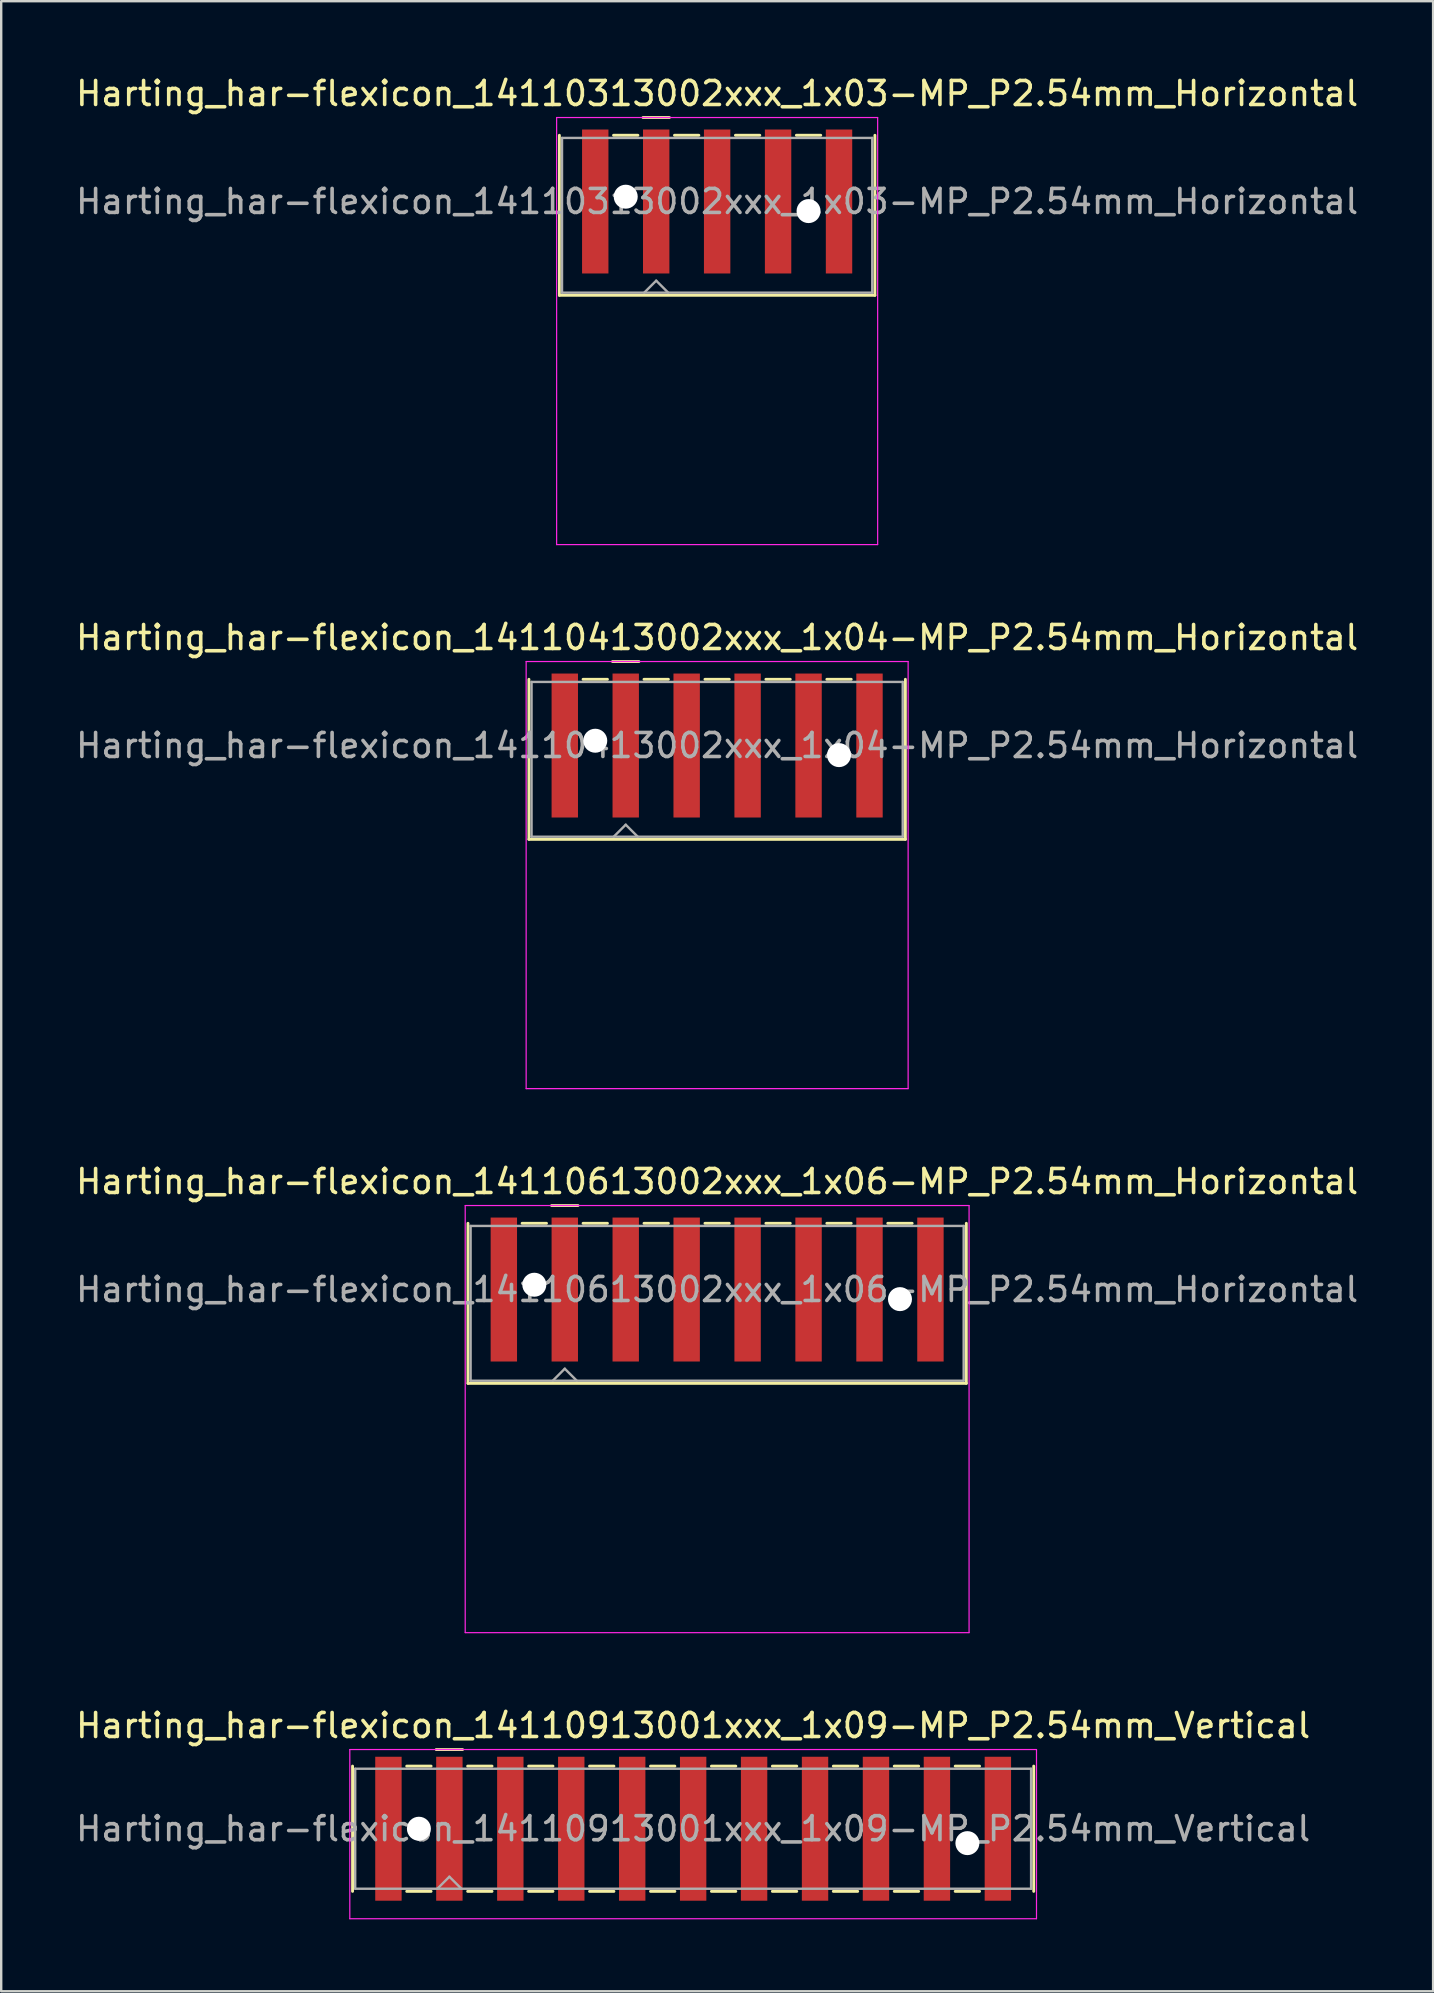
<source format=kicad_pcb>
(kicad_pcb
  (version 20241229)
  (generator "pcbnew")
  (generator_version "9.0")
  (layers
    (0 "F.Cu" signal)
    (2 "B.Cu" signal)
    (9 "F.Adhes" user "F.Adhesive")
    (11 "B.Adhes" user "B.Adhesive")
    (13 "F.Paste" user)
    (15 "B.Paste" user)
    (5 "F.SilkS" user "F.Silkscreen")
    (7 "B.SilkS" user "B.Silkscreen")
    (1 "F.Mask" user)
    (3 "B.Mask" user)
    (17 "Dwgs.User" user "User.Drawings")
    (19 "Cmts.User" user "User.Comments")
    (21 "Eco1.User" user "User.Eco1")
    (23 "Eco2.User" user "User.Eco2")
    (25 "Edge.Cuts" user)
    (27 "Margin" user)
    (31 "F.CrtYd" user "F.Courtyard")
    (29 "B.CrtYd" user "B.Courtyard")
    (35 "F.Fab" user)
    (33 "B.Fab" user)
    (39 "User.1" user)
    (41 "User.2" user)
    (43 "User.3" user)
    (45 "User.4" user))
  (footprint "Harting_har-flexicon_14110913001xxx_1x09-MP_P2.54mm_Vertical"
    (layer "F.Cu")
    (at 25.839 73.168)
    (property "Reference" "Harting_har-flexicon_14110913001xxx_1x09-MP_P2.54mm_Vertical" (at 0 -4.3 0) (layer "F.SilkS") (effects (font (size 1 1) (thickness 0.15))))
    (attr smd)
    (fp_line (start -14.195 -2.61) (end -14.195 2.61) (stroke (width 0.12) (type solid)) (layer "F.SilkS"))
    (fp_line (start -11.938 -2.61) (end -10.922 -2.61) (stroke (width 0.12) (type solid)) (layer "F.SilkS"))
    (fp_line (start -11.938 2.61) (end -10.922 2.61) (stroke (width 0.12) (type solid)) (layer "F.SilkS"))
    (fp_line (start -10.71 -3.3) (end -9.61 -3.3) (stroke (width 0.12) (type solid)) (layer "F.SilkS"))
    (fp_line (start -9.398 -2.61) (end -8.382 -2.61) (stroke (width 0.12) (type solid)) (layer "F.SilkS"))
    (fp_line (start -9.398 2.61) (end -8.382 2.61) (stroke (width 0.12) (type solid)) (layer "F.SilkS"))
    (fp_line (start -6.858 -2.61) (end -5.842 -2.61) (stroke (width 0.12) (type solid)) (layer "F.SilkS"))
    (fp_line (start -6.858 2.61) (end -5.842 2.61) (stroke (width 0.12) (type solid)) (layer "F.SilkS"))
    (fp_line (start -4.318 -2.61) (end -3.302 -2.61) (stroke (width 0.12) (type solid)) (layer "F.SilkS"))
    (fp_line (start -4.318 2.61) (end -3.302 2.61) (stroke (width 0.12) (type solid)) (layer "F.SilkS"))
    (fp_line (start -1.778 -2.61) (end -0.762 -2.61) (stroke (width 0.12) (type solid)) (layer "F.SilkS"))
    (fp_line (start -1.778 2.61) (end -0.762 2.61) (stroke (width 0.12) (type solid)) (layer "F.SilkS"))
    (fp_line (start 0.762 -2.61) (end 1.778 -2.61) (stroke (width 0.12) (type solid)) (layer "F.SilkS"))
    (fp_line (start 0.762 2.61) (end 1.778 2.61) (stroke (width 0.12) (type solid)) (layer "F.SilkS"))
    (fp_line (start 3.302 -2.61) (end 4.318 -2.61) (stroke (width 0.12) (type solid)) (layer "F.SilkS"))
    (fp_line (start 3.302 2.61) (end 4.318 2.61) (stroke (width 0.12) (type solid)) (layer "F.SilkS"))
    (fp_line (start 5.842 -2.61) (end 6.858 -2.61) (stroke (width 0.12) (type solid)) (layer "F.SilkS"))
    (fp_line (start 5.842 2.61) (end 6.858 2.61) (stroke (width 0.12) (type solid)) (layer "F.SilkS"))
    (fp_line (start 8.382 -2.61) (end 9.398 -2.61) (stroke (width 0.12) (type solid)) (layer "F.SilkS"))
    (fp_line (start 8.382 2.61) (end 9.398 2.61) (stroke (width 0.12) (type solid)) (layer "F.SilkS"))
    (fp_line (start 10.922 -2.61) (end 11.938 -2.61) (stroke (width 0.12) (type solid)) (layer "F.SilkS"))
    (fp_line (start 10.922 2.61) (end 11.938 2.61) (stroke (width 0.12) (type solid)) (layer "F.SilkS"))
    (fp_line (start 14.195 -2.61) (end 14.195 2.61) (stroke (width 0.12) (type solid)) (layer "F.SilkS"))
    (fp_line (start -14.31 -3.3) (end -14.31 3.75) (stroke (width 0.05) (type solid)) (layer "F.CrtYd"))
    (fp_line (start -14.31 3.75) (end 14.31 3.75) (stroke (width 0.05) (type solid)) (layer "F.CrtYd"))
    (fp_line (start 14.31 -3.3) (end -14.31 -3.3) (stroke (width 0.05) (type solid)) (layer "F.CrtYd"))
    (fp_line (start 14.31 3.75) (end 14.31 -3.3) (stroke (width 0.05) (type solid)) (layer "F.CrtYd"))
    (fp_line (start -14.085 -2.5) (end -14.085 2.5) (stroke (width 0.1) (type solid)) (layer "F.Fab"))
    (fp_line (start -14.085 2.5) (end 14.085 2.5) (stroke (width 0.1) (type solid)) (layer "F.Fab"))
    (fp_line (start -10.66 2.5) (end -10.16 2) (stroke (width 0.1) (type solid)) (layer "F.Fab"))
    (fp_line (start -10.16 2) (end -9.66 2.5) (stroke (width 0.1) (type solid)) (layer "F.Fab"))
    (fp_line (start 14.085 -2.5) (end -14.085 -2.5) (stroke (width 0.1) (type solid)) (layer "F.Fab"))
    (fp_line (start 14.085 2.5) (end 14.085 -2.5) (stroke (width 0.1) (type solid)) (layer "F.Fab"))
    (fp_text user "${REFERENCE}" (at 0 0 0) (layer "F.Fab") (effects (font (size 1 1) (thickness 0.15))))
    (pad "" np_thru_hole circle (at -11.43 0) (size 1 1) (drill 1) (layers "*.Cu" "*.Mask"))
    (pad "" np_thru_hole circle (at 11.43 0.6) (size 1 1) (drill 1) (layers "*.Cu" "*.Mask"))
    (pad "1" smd rect (at -10.16 0) (size 1.1 6) (layers "F.Cu" "F.Mask" "F.Paste"))
    (pad "2" smd rect (at -7.62 0) (size 1.1 6) (layers "F.Cu" "F.Mask" "F.Paste"))
    (pad "3" smd rect (at -5.08 0) (size 1.1 6) (layers "F.Cu" "F.Mask" "F.Paste"))
    (pad "4" smd rect (at -2.54 0) (size 1.1 6) (layers "F.Cu" "F.Mask" "F.Paste"))
    (pad "5" smd rect (at 0 0) (size 1.1 6) (layers "F.Cu" "F.Mask" "F.Paste"))
    (pad "6" smd rect (at 2.54 0) (size 1.1 6) (layers "F.Cu" "F.Mask" "F.Paste"))
    (pad "7" smd rect (at 5.08 0) (size 1.1 6) (layers "F.Cu" "F.Mask" "F.Paste"))
    (pad "8" smd rect (at 7.62 0) (size 1.1 6) (layers "F.Cu" "F.Mask" "F.Paste"))
    (pad "9" smd rect (at 10.16 0) (size 1.1 6) (layers "F.Cu" "F.Mask" "F.Paste"))
    (pad "MP" smd rect (at -12.7 0) (size 1.1 6) (layers "F.Cu" "F.Mask" "F.Paste"))
    (pad "MP" smd rect (at 12.7 0) (size 1.1 6) (layers "F.Cu" "F.Mask" "F.Paste")))
  (footprint "Harting_har-flexicon_14110613002xxx_1x06-MP_P2.54mm_Horizontal"
    (layer "F.Cu")
    (at 26.839 51.995)
    (property "Reference" "Harting_har-flexicon_14110613002xxx_1x06-MP_P2.54mm_Horizontal" (at 0 -5.8 0) (layer "F.SilkS") (effects (font (size 1 1) (thickness 0.15))))
    (attr smd)
    (fp_line (start -10.385 -4.06) (end -10.385 2.61) (stroke (width 0.12) (type solid)) (layer "F.SilkS"))
    (fp_line (start -8.128 -4.06) (end -7.112 -4.06) (stroke (width 0.12) (type solid)) (layer "F.SilkS"))
    (fp_line (start -6.9 -4.8) (end -5.8 -4.8) (stroke (width 0.12) (type solid)) (layer "F.SilkS"))
    (fp_line (start -5.588 -4.06) (end -4.572 -4.06) (stroke (width 0.12) (type solid)) (layer "F.SilkS"))
    (fp_line (start -3.048 -4.06) (end -2.032 -4.06) (stroke (width 0.12) (type solid)) (layer "F.SilkS"))
    (fp_line (start -0.508 -4.06) (end 0.508 -4.06) (stroke (width 0.12) (type solid)) (layer "F.SilkS"))
    (fp_line (start 2.032 -4.06) (end 3.048 -4.06) (stroke (width 0.12) (type solid)) (layer "F.SilkS"))
    (fp_line (start 4.572 -4.06) (end 5.588 -4.06) (stroke (width 0.12) (type solid)) (layer "F.SilkS"))
    (fp_line (start 7.112 -4.06) (end 8.128 -4.06) (stroke (width 0.12) (type solid)) (layer "F.SilkS"))
    (fp_line (start 10.385 -4.06) (end 10.385 2.61) (stroke (width 0.12) (type solid)) (layer "F.SilkS"))
    (fp_line (start 10.385 2.61) (end -10.385 2.61) (stroke (width 0.12) (type solid)) (layer "F.SilkS"))
    (fp_line (start -10.5 -4.8) (end -10.5 13) (stroke (width 0.05) (type solid)) (layer "F.CrtYd"))
    (fp_line (start -10.5 13) (end 10.5 13) (stroke (width 0.05) (type solid)) (layer "F.CrtYd"))
    (fp_line (start 10.5 -4.8) (end -10.5 -4.8) (stroke (width 0.05) (type solid)) (layer "F.CrtYd"))
    (fp_line (start 10.5 13) (end 10.5 -4.8) (stroke (width 0.05) (type solid)) (layer "F.CrtYd"))
    (fp_line (start -10.275 -3.95) (end -10.275 2.5) (stroke (width 0.1) (type solid)) (layer "F.Fab"))
    (fp_line (start -10.275 2.5) (end 10.275 2.5) (stroke (width 0.1) (type solid)) (layer "F.Fab"))
    (fp_line (start -6.85 2.5) (end -6.35 2) (stroke (width 0.1) (type solid)) (layer "F.Fab"))
    (fp_line (start -6.35 2) (end -5.85 2.5) (stroke (width 0.1) (type solid)) (layer "F.Fab"))
    (fp_line (start 10.275 -3.95) (end -10.275 -3.95) (stroke (width 0.1) (type solid)) (layer "F.Fab"))
    (fp_line (start 10.275 2.5) (end 10.275 -3.95) (stroke (width 0.1) (type solid)) (layer "F.Fab"))
    (fp_text user "${REFERENCE}" (at 0 -1.3 0) (layer "F.Fab") (effects (font (size 1 1) (thickness 0.15))))
    (pad "" np_thru_hole circle (at -7.62 -1.5) (size 1 1) (drill 1) (layers "*.Cu" "*.Mask"))
    (pad "" np_thru_hole circle (at 7.62 -0.9) (size 1 1) (drill 1) (layers "*.Cu" "*.Mask"))
    (pad "1" smd rect (at -6.35 -1.3) (size 1.1 6) (layers "F.Cu" "F.Mask" "F.Paste"))
    (pad "2" smd rect (at -3.81 -1.3) (size 1.1 6) (layers "F.Cu" "F.Mask" "F.Paste"))
    (pad "3" smd rect (at -1.27 -1.3) (size 1.1 6) (layers "F.Cu" "F.Mask" "F.Paste"))
    (pad "4" smd rect (at 1.27 -1.3) (size 1.1 6) (layers "F.Cu" "F.Mask" "F.Paste"))
    (pad "5" smd rect (at 3.81 -1.3) (size 1.1 6) (layers "F.Cu" "F.Mask" "F.Paste"))
    (pad "6" smd rect (at 6.35 -1.3) (size 1.1 6) (layers "F.Cu" "F.Mask" "F.Paste"))
    (pad "MP" smd rect (at -8.89 -1.3) (size 1.1 6) (layers "F.Cu" "F.Mask" "F.Paste"))
    (pad "MP" smd rect (at 8.89 -1.3) (size 1.1 6) (layers "F.Cu" "F.Mask" "F.Paste")))
  (footprint "Harting_har-flexicon_14110313002xxx_1x03-MP_P2.54mm_Horizontal"
    (layer "F.Cu")
    (at 26.839 6.648)
    (property "Reference" "Harting_har-flexicon_14110313002xxx_1x03-MP_P2.54mm_Horizontal" (at 0 -5.8 0) (layer "F.SilkS") (effects (font (size 1 1) (thickness 0.15))))
    (attr smd)
    (fp_line (start -6.575 -4.06) (end -6.575 2.61) (stroke (width 0.12) (type solid)) (layer "F.SilkS"))
    (fp_line (start -4.318 -4.06) (end -3.302 -4.06) (stroke (width 0.12) (type solid)) (layer "F.SilkS"))
    (fp_line (start -3.09 -4.8) (end -1.99 -4.8) (stroke (width 0.12) (type solid)) (layer "F.SilkS"))
    (fp_line (start -1.778 -4.06) (end -0.762 -4.06) (stroke (width 0.12) (type solid)) (layer "F.SilkS"))
    (fp_line (start 0.762 -4.06) (end 1.778 -4.06) (stroke (width 0.12) (type solid)) (layer "F.SilkS"))
    (fp_line (start 3.302 -4.06) (end 4.318 -4.06) (stroke (width 0.12) (type solid)) (layer "F.SilkS"))
    (fp_line (start 6.575 -4.06) (end 6.575 2.61) (stroke (width 0.12) (type solid)) (layer "F.SilkS"))
    (fp_line (start 6.575 2.61) (end -6.575 2.61) (stroke (width 0.12) (type solid)) (layer "F.SilkS"))
    (fp_line (start -6.69 -4.8) (end -6.69 13) (stroke (width 0.05) (type solid)) (layer "F.CrtYd"))
    (fp_line (start -6.69 13) (end 6.69 13) (stroke (width 0.05) (type solid)) (layer "F.CrtYd"))
    (fp_line (start 6.69 -4.8) (end -6.69 -4.8) (stroke (width 0.05) (type solid)) (layer "F.CrtYd"))
    (fp_line (start 6.69 13) (end 6.69 -4.8) (stroke (width 0.05) (type solid)) (layer "F.CrtYd"))
    (fp_line (start -6.465 -3.95) (end -6.465 2.5) (stroke (width 0.1) (type solid)) (layer "F.Fab"))
    (fp_line (start -6.465 2.5) (end 6.465 2.5) (stroke (width 0.1) (type solid)) (layer "F.Fab"))
    (fp_line (start -3.04 2.5) (end -2.54 2) (stroke (width 0.1) (type solid)) (layer "F.Fab"))
    (fp_line (start -2.54 2) (end -2.04 2.5) (stroke (width 0.1) (type solid)) (layer "F.Fab"))
    (fp_line (start 6.465 -3.95) (end -6.465 -3.95) (stroke (width 0.1) (type solid)) (layer "F.Fab"))
    (fp_line (start 6.465 2.5) (end 6.465 -3.95) (stroke (width 0.1) (type solid)) (layer "F.Fab"))
    (fp_text user "${REFERENCE}" (at 0 -1.3 0) (layer "F.Fab") (effects (font (size 1 1) (thickness 0.15))))
    (pad "" np_thru_hole circle (at -3.81 -1.5) (size 1 1) (drill 1) (layers "*.Cu" "*.Mask"))
    (pad "" np_thru_hole circle (at 3.81 -0.9) (size 1 1) (drill 1) (layers "*.Cu" "*.Mask"))
    (pad "1" smd rect (at -2.54 -1.3) (size 1.1 6) (layers "F.Cu" "F.Mask" "F.Paste"))
    (pad "2" smd rect (at 0 -1.3) (size 1.1 6) (layers "F.Cu" "F.Mask" "F.Paste"))
    (pad "3" smd rect (at 2.54 -1.3) (size 1.1 6) (layers "F.Cu" "F.Mask" "F.Paste"))
    (pad "MP" smd rect (at -5.08 -1.3) (size 1.1 6) (layers "F.Cu" "F.Mask" "F.Paste"))
    (pad "MP" smd rect (at 5.08 -1.3) (size 1.1 6) (layers "F.Cu" "F.Mask" "F.Paste")))
  (footprint "Harting_har-flexicon_14110413002xxx_1x04-MP_P2.54mm_Horizontal"
    (layer "F.Cu")
    (at 26.839 29.322)
    (property "Reference" "Harting_har-flexicon_14110413002xxx_1x04-MP_P2.54mm_Horizontal" (at 0 -5.8 0) (layer "F.SilkS") (effects (font (size 1 1) (thickness 0.15))))
    (attr smd)
    (fp_line (start -7.845 -4.06) (end -7.845 2.61) (stroke (width 0.12) (type solid)) (layer "F.SilkS"))
    (fp_line (start -5.588 -4.06) (end -4.572 -4.06) (stroke (width 0.12) (type solid)) (layer "F.SilkS"))
    (fp_line (start -4.36 -4.8) (end -3.26 -4.8) (stroke (width 0.12) (type solid)) (layer "F.SilkS"))
    (fp_line (start -3.048 -4.06) (end -2.032 -4.06) (stroke (width 0.12) (type solid)) (layer "F.SilkS"))
    (fp_line (start -0.508 -4.06) (end 0.508 -4.06) (stroke (width 0.12) (type solid)) (layer "F.SilkS"))
    (fp_line (start 2.032 -4.06) (end 3.048 -4.06) (stroke (width 0.12) (type solid)) (layer "F.SilkS"))
    (fp_line (start 4.572 -4.06) (end 5.588 -4.06) (stroke (width 0.12) (type solid)) (layer "F.SilkS"))
    (fp_line (start 7.845 -4.06) (end 7.845 2.61) (stroke (width 0.12) (type solid)) (layer "F.SilkS"))
    (fp_line (start 7.845 2.61) (end -7.845 2.61) (stroke (width 0.12) (type solid)) (layer "F.SilkS"))
    (fp_line (start -7.96 -4.8) (end -7.96 13) (stroke (width 0.05) (type solid)) (layer "F.CrtYd"))
    (fp_line (start -7.96 13) (end 7.96 13) (stroke (width 0.05) (type solid)) (layer "F.CrtYd"))
    (fp_line (start 7.96 -4.8) (end -7.96 -4.8) (stroke (width 0.05) (type solid)) (layer "F.CrtYd"))
    (fp_line (start 7.96 13) (end 7.96 -4.8) (stroke (width 0.05) (type solid)) (layer "F.CrtYd"))
    (fp_line (start -7.735 -3.95) (end -7.735 2.5) (stroke (width 0.1) (type solid)) (layer "F.Fab"))
    (fp_line (start -7.735 2.5) (end 7.735 2.5) (stroke (width 0.1) (type solid)) (layer "F.Fab"))
    (fp_line (start -4.31 2.5) (end -3.81 2) (stroke (width 0.1) (type solid)) (layer "F.Fab"))
    (fp_line (start -3.81 2) (end -3.31 2.5) (stroke (width 0.1) (type solid)) (layer "F.Fab"))
    (fp_line (start 7.735 -3.95) (end -7.735 -3.95) (stroke (width 0.1) (type solid)) (layer "F.Fab"))
    (fp_line (start 7.735 2.5) (end 7.735 -3.95) (stroke (width 0.1) (type solid)) (layer "F.Fab"))
    (fp_text user "${REFERENCE}" (at 0 -1.3 0) (layer "F.Fab") (effects (font (size 1 1) (thickness 0.15))))
    (pad "" np_thru_hole circle (at -5.08 -1.5) (size 1 1) (drill 1) (layers "*.Cu" "*.Mask"))
    (pad "" np_thru_hole circle (at 5.08 -0.9) (size 1 1) (drill 1) (layers "*.Cu" "*.Mask"))
    (pad "1" smd rect (at -3.81 -1.3) (size 1.1 6) (layers "F.Cu" "F.Mask" "F.Paste"))
    (pad "2" smd rect (at -1.27 -1.3) (size 1.1 6) (layers "F.Cu" "F.Mask" "F.Paste"))
    (pad "3" smd rect (at 1.27 -1.3) (size 1.1 6) (layers "F.Cu" "F.Mask" "F.Paste"))
    (pad "4" smd rect (at 3.81 -1.3) (size 1.1 6) (layers "F.Cu" "F.Mask" "F.Paste"))
    (pad "MP" smd rect (at -6.35 -1.3) (size 1.1 6) (layers "F.Cu" "F.Mask" "F.Paste"))
    (pad "MP" smd rect (at 6.35 -1.3) (size 1.1 6) (layers "F.Cu" "F.Mask" "F.Paste")))
  (gr_rect
    (start -3 -3)
    (end 56.679 79.943)
    (stroke (width 0.1) (type default))
    (fill no)
    (layer "Edge.Cuts")))
</source>
